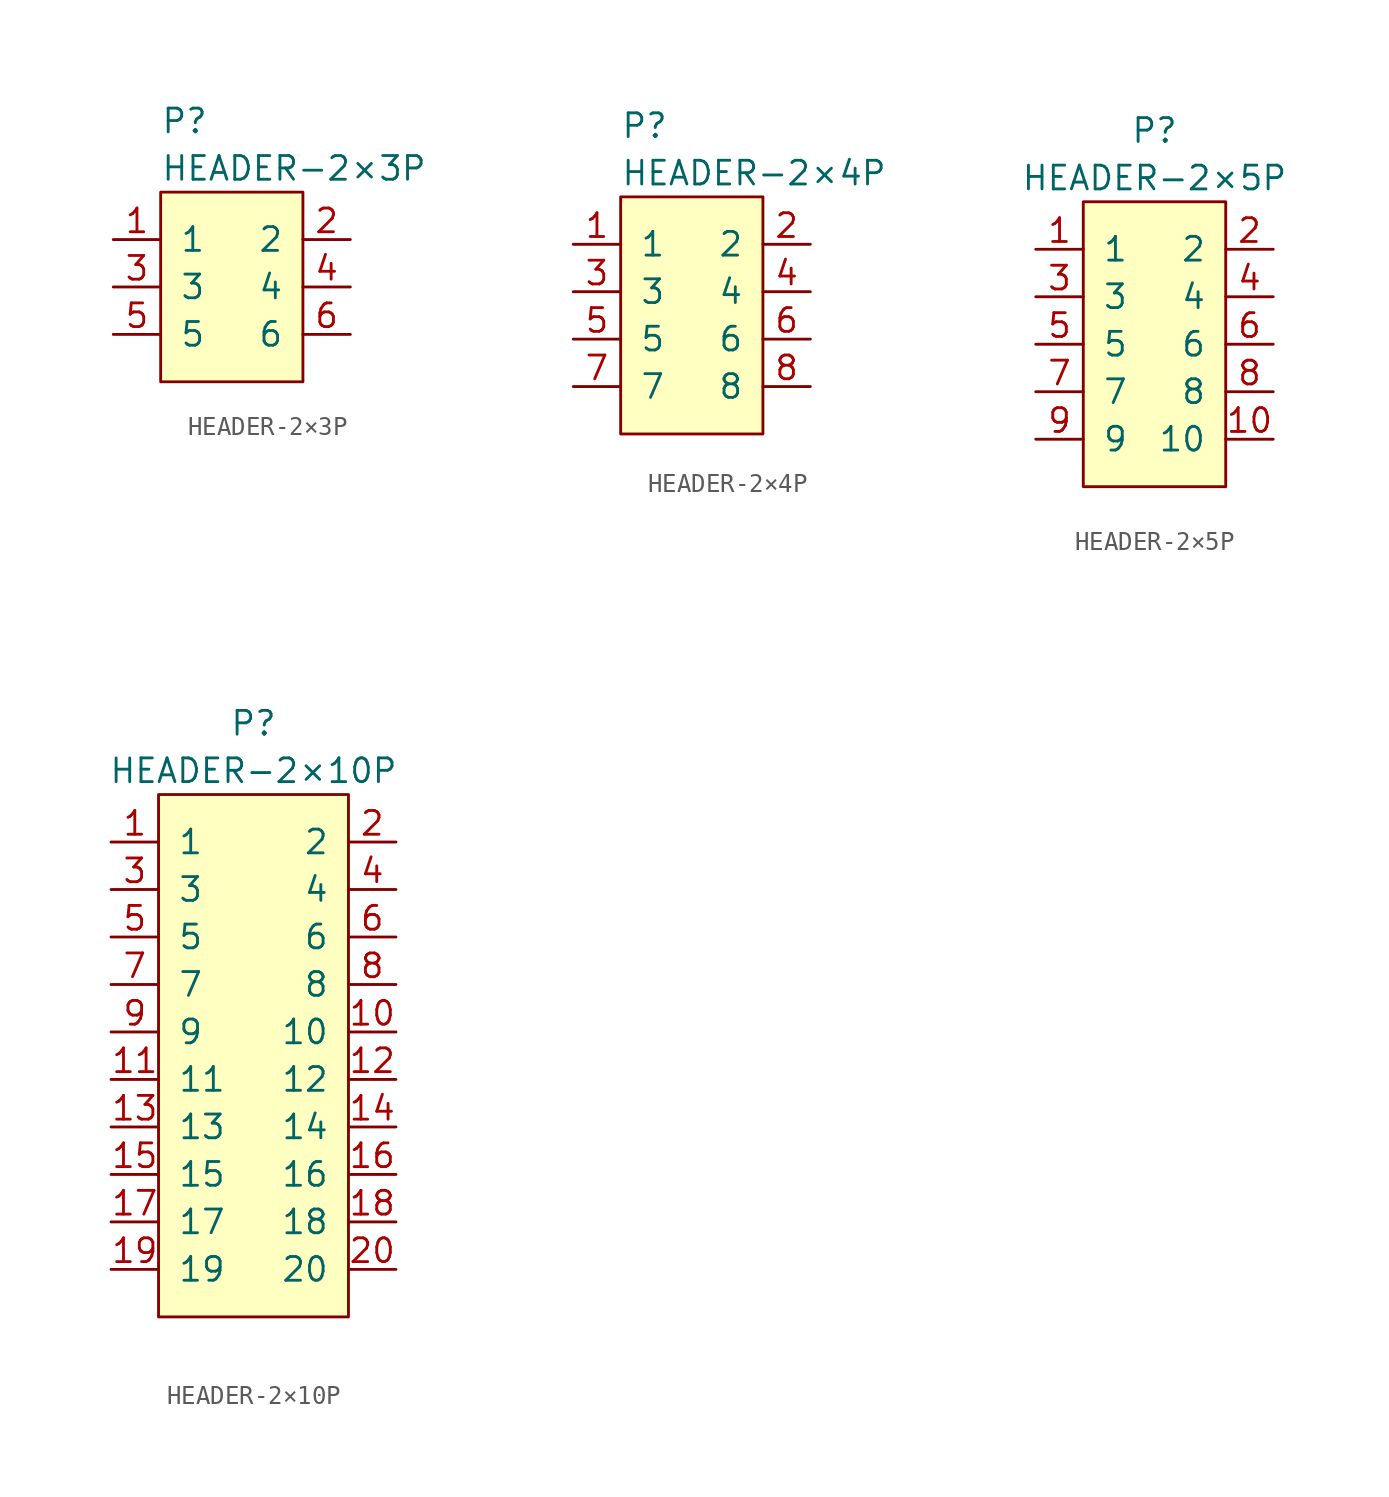
<source format=kicad_sym>
(kicad_symbol_lib
  (version 20231120)
  (generator "kicad_symbol_editor")
  (generator_version "8.0")
  (symbol "HEADER-2×3P"
    (pin_names
      (offset 1.016))
    (property "Reference" "P"
      (at -3.81 8.89 0)
      (effects (font (size 1.27 1.27)) (justify left)))
    (property "Value" "HEADER-2×3P"
      (at -3.81 6.35 0)
      (effects (font (size 1.27 1.27)) (justify left)))
    (symbol "HEADER-2×3P_0_1"
      (rectangle (start -3.81 5.08) (end 3.81 -5.08) (stroke (width 0) (type default)) (fill (type background))))
    (symbol "HEADER-2×3P_1_1"
      (pin passive line (at -6.35 2.54 0) (length 2.54) (name "1" (effects (font (size 1.27 1.27)))) (number "1" (effects (font (size 1.27 1.27)))))
      (pin passive line (at 6.35 2.54 180) (length 2.54) (name "2" (effects (font (size 1.27 1.27)))) (number "2" (effects (font (size 1.27 1.27)))))
      (pin passive line (at -6.35 0 0) (length 2.54) (name "3" (effects (font (size 1.27 1.27)))) (number "3" (effects (font (size 1.27 1.27)))))
      (pin passive line (at 6.35 0 180) (length 2.54) (name "4" (effects (font (size 1.27 1.27)))) (number "4" (effects (font (size 1.27 1.27)))))
      (pin passive line (at -6.35 -2.54 0) (length 2.54) (name "5" (effects (font (size 1.27 1.27)))) (number "5" (effects (font (size 1.27 1.27)))))
      (pin passive line (at 6.35 -2.54 180) (length 2.54) (name "6" (effects (font (size 1.27 1.27)))) (number "6" (effects (font (size 1.27 1.27)))))))
  (symbol "HEADER-2×4P"
    (pin_names
      (offset 1.016))
    (property "Reference" "P"
      (at -3.81 10.16 0)
      (effects (font (size 1.27 1.27)) (justify left)))
    (property "Value" "HEADER-2×4P"
      (at -3.81 7.62 0)
      (effects (font (size 1.27 1.27)) (justify left)))
    (symbol "HEADER-2×4P_0_1"
      (rectangle (start -3.81 6.35) (end 3.81 -6.35) (stroke (width 0) (type default)) (fill (type background))))
    (symbol "HEADER-2×4P_1_1"
      (pin passive line (at -6.35 3.81 0) (length 2.54) (name "1" (effects (font (size 1.27 1.27)))) (number "1" (effects (font (size 1.27 1.27)))))
      (pin passive line (at 6.35 3.81 180) (length 2.54) (name "2" (effects (font (size 1.27 1.27)))) (number "2" (effects (font (size 1.27 1.27)))))
      (pin passive line (at -6.35 1.27 0) (length 2.54) (name "3" (effects (font (size 1.27 1.27)))) (number "3" (effects (font (size 1.27 1.27)))))
      (pin passive line (at 6.35 1.27 180) (length 2.54) (name "4" (effects (font (size 1.27 1.27)))) (number "4" (effects (font (size 1.27 1.27)))))
      (pin passive line (at -6.35 -1.27 0) (length 2.54) (name "5" (effects (font (size 1.27 1.27)))) (number "5" (effects (font (size 1.27 1.27)))))
      (pin passive line (at 6.35 -1.27 180) (length 2.54) (name "6" (effects (font (size 1.27 1.27)))) (number "6" (effects (font (size 1.27 1.27)))))
      (pin passive line (at -6.35 -3.81 0) (length 2.54) (name "7" (effects (font (size 1.27 1.27)))) (number "7" (effects (font (size 1.27 1.27)))))
      (pin passive line (at 6.35 -3.81 180) (length 2.54) (name "8" (effects (font (size 1.27 1.27)))) (number "8" (effects (font (size 1.27 1.27)))))))
  (symbol "HEADER-2×5P"
    (pin_names
      (offset 1.016))
    (property "Reference" "P"
      (at 1.27 10.16 0)
      (effects (font (size 1.27 1.27))))
    (property "Value" "HEADER-2×5P"
      (at 1.27 7.62 0)
      (effects (font (size 1.27 1.27))))
    (symbol "HEADER-2×5P_0_1"
      (rectangle (start -2.54 6.35) (end 5.08 -8.89) (stroke (width 0) (type default)) (fill (type background))))
    (symbol "HEADER-2×5P_1_1"
      (pin passive line (at -5.08 3.81 0) (length 2.54) (name "1" (effects (font (size 1.27 1.27)))) (number "1" (effects (font (size 1.27 1.27)))))
      (pin passive line (at 7.62 -6.35 180) (length 2.54) (name "10" (effects (font (size 1.27 1.27)))) (number "10" (effects (font (size 1.27 1.27)))))
      (pin passive line (at 7.62 3.81 180) (length 2.54) (name "2" (effects (font (size 1.27 1.27)))) (number "2" (effects (font (size 1.27 1.27)))))
      (pin passive line (at -5.08 1.27 0) (length 2.54) (name "3" (effects (font (size 1.27 1.27)))) (number "3" (effects (font (size 1.27 1.27)))))
      (pin passive line (at 7.62 1.27 180) (length 2.54) (name "4" (effects (font (size 1.27 1.27)))) (number "4" (effects (font (size 1.27 1.27)))))
      (pin passive line (at -5.08 -1.27 0) (length 2.54) (name "5" (effects (font (size 1.27 1.27)))) (number "5" (effects (font (size 1.27 1.27)))))
      (pin passive line (at 7.62 -1.27 180) (length 2.54) (name "6" (effects (font (size 1.27 1.27)))) (number "6" (effects (font (size 1.27 1.27)))))
      (pin passive line (at -5.08 -3.81 0) (length 2.54) (name "7" (effects (font (size 1.27 1.27)))) (number "7" (effects (font (size 1.27 1.27)))))
      (pin passive line (at 7.62 -3.81 180) (length 2.54) (name "8" (effects (font (size 1.27 1.27)))) (number "8" (effects (font (size 1.27 1.27)))))
      (pin passive line (at -5.08 -6.35 0) (length 2.54) (name "9" (effects (font (size 1.27 1.27)))) (number "9" (effects (font (size 1.27 1.27)))))))
  (symbol "HEADER-2×10P"
    (pin_names
      (offset 1.016))
    (property "Reference" "P"
      (at 0 17.78 0)
      (effects (font (size 1.27 1.27))))
    (property "Value" "HEADER-2×10P"
      (at 0 15.24 0)
      (effects (font (size 1.27 1.27))))
    (symbol "HEADER-2×10P_0_1"
      (rectangle (start -5.08 13.97) (end 5.08 -13.97) (stroke (width 0) (type default)) (fill (type background))))
    (symbol "HEADER-2×10P_1_1"
      (pin passive line (at -7.62 11.43 0) (length 2.54) (name "1" (effects (font (size 1.27 1.27)))) (number "1" (effects (font (size 1.27 1.27)))))
      (pin passive line (at 7.62 1.27 180) (length 2.54) (name "10" (effects (font (size 1.27 1.27)))) (number "10" (effects (font (size 1.27 1.27)))))
      (pin passive line (at -7.62 -1.27 0) (length 2.54) (name "11" (effects (font (size 1.27 1.27)))) (number "11" (effects (font (size 1.27 1.27)))))
      (pin passive line (at 7.62 -1.27 180) (length 2.54) (name "12" (effects (font (size 1.27 1.27)))) (number "12" (effects (font (size 1.27 1.27)))))
      (pin passive line (at -7.62 -3.81 0) (length 2.54) (name "13" (effects (font (size 1.27 1.27)))) (number "13" (effects (font (size 1.27 1.27)))))
      (pin passive line (at 7.62 -3.81 180) (length 2.54) (name "14" (effects (font (size 1.27 1.27)))) (number "14" (effects (font (size 1.27 1.27)))))
      (pin passive line (at -7.62 -6.35 0) (length 2.54) (name "15" (effects (font (size 1.27 1.27)))) (number "15" (effects (font (size 1.27 1.27)))))
      (pin passive line (at 7.62 -6.35 180) (length 2.54) (name "16" (effects (font (size 1.27 1.27)))) (number "16" (effects (font (size 1.27 1.27)))))
      (pin passive line (at -7.62 -8.89 0) (length 2.54) (name "17" (effects (font (size 1.27 1.27)))) (number "17" (effects (font (size 1.27 1.27)))))
      (pin passive line (at 7.62 -8.89 180) (length 2.54) (name "18" (effects (font (size 1.27 1.27)))) (number "18" (effects (font (size 1.27 1.27)))))
      (pin passive line (at -7.62 -11.43 0) (length 2.54) (name "19" (effects (font (size 1.27 1.27)))) (number "19" (effects (font (size 1.27 1.27)))))
      (pin passive line (at 7.62 11.43 180) (length 2.54) (name "2" (effects (font (size 1.27 1.27)))) (number "2" (effects (font (size 1.27 1.27)))))
      (pin passive line (at 7.62 -11.43 180) (length 2.54) (name "20" (effects (font (size 1.27 1.27)))) (number "20" (effects (font (size 1.27 1.27)))))
      (pin passive line (at -7.62 8.89 0) (length 2.54) (name "3" (effects (font (size 1.27 1.27)))) (number "3" (effects (font (size 1.27 1.27)))))
      (pin passive line (at 7.62 8.89 180) (length 2.54) (name "4" (effects (font (size 1.27 1.27)))) (number "4" (effects (font (size 1.27 1.27)))))
      (pin passive line (at -7.62 6.35 0) (length 2.54) (name "5" (effects (font (size 1.27 1.27)))) (number "5" (effects (font (size 1.27 1.27)))))
      (pin passive line (at 7.62 6.35 180) (length 2.54) (name "6" (effects (font (size 1.27 1.27)))) (number "6" (effects (font (size 1.27 1.27)))))
      (pin passive line (at -7.62 3.81 0) (length 2.54) (name "7" (effects (font (size 1.27 1.27)))) (number "7" (effects (font (size 1.27 1.27)))))
      (pin passive line (at 7.62 3.81 180) (length 2.54) (name "8" (effects (font (size 1.27 1.27)))) (number "8" (effects (font (size 1.27 1.27)))))
      (pin passive line (at -7.62 1.27 0) (length 2.54) (name "9" (effects (font (size 1.27 1.27)))) (number "9" (effects (font (size 1.27 1.27))))))))
</source>
